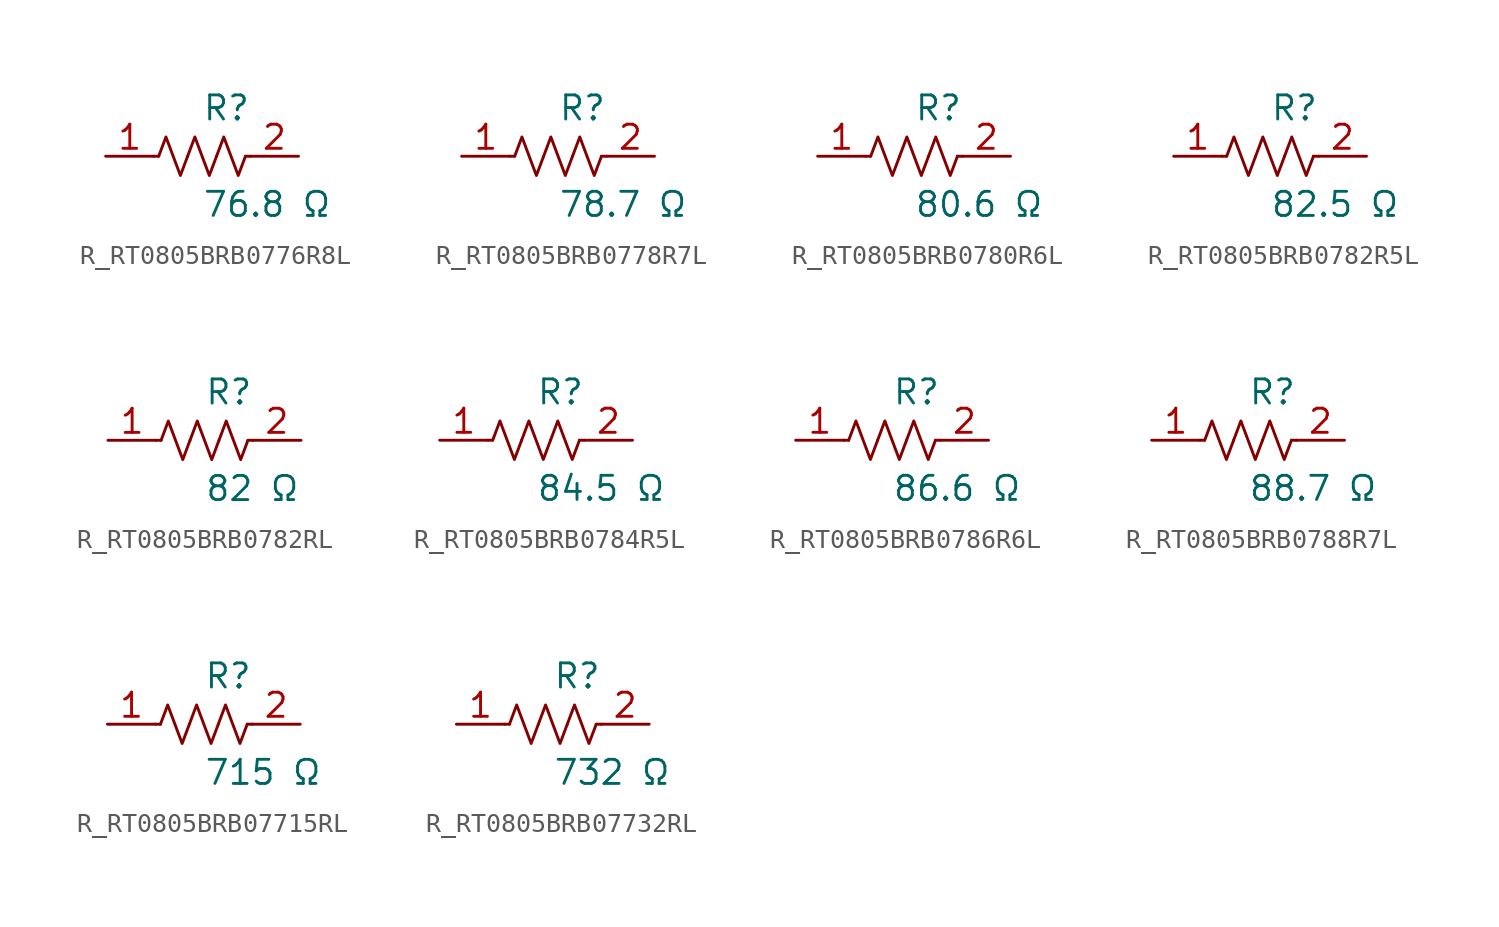
<source format=kicad_sym>
(kicad_symbol_lib
  (version 20231120)
  (generator kicad_symbol_editor)
  (generator_version 8.0)
  (symbol "R_RT0805BRB0776R8L"
    (pin_names
      (offset 0.254))
    (property "Reference" "R"
      (at 0.0 2.54 0)
      (effects (font (size 1.27 1.27)) (justify left)))
    (property "Value" "76.8 Ω"
      (at 0.0 -2.54 0)
      (effects (font (size 1.27 1.27)) (justify left)))
    (symbol "R_RT0805BRB0776R8L_0_1"
      (polyline (pts (xy 2.286 0) (xy 2.54 0)) (stroke (width 0) (type default)) (fill (type none)))
      (polyline (pts (xy -2.286 0) (xy -2.54 0)) (stroke (width 0) (type default)) (fill (type none)))
      (polyline (pts (xy 0.762 0) (xy 1.143 1.016) (xy 1.524 0) (xy 1.905 -1.016) (xy 2.286 0)) (stroke (width 0) (type default)) (fill (type none)))
      (polyline (pts (xy -0.762 0) (xy -0.381 1.016) (xy 0 0) (xy 0.381 -1.016) (xy 0.762 0)) (stroke (width 0) (type default)) (fill (type none)))
      (polyline (pts (xy -2.286 0) (xy -1.905 1.016) (xy -1.524 0) (xy -1.143 -1.016) (xy -0.762 0)) (stroke (width 0) (type default)) (fill (type none))))
    (pin unspecified line
      (at -5.08 0 0)
      (length 2.54)
      (name "" (effects (font (size 1.27 1.27))))
      (number "1" (effects (font (size 1.27 1.27)))))
    (pin unspecified line
      (at 5.08 0 180)
      (length 2.54)
      (name "" (effects (font (size 1.27 1.27))))
      (number "2" (effects (font (size 1.27 1.27))))))
  (symbol "R_RT0805BRB0778R7L"
    (pin_names
      (offset 0.254))
    (property "Reference" "R"
      (at 0.0 2.54 0)
      (effects (font (size 1.27 1.27)) (justify left)))
    (property "Value" "78.7 Ω"
      (at 0.0 -2.54 0)
      (effects (font (size 1.27 1.27)) (justify left)))
    (symbol "R_RT0805BRB0778R7L_0_1"
      (polyline (pts (xy 2.286 0) (xy 2.54 0)) (stroke (width 0) (type default)) (fill (type none)))
      (polyline (pts (xy -2.286 0) (xy -2.54 0)) (stroke (width 0) (type default)) (fill (type none)))
      (polyline (pts (xy 0.762 0) (xy 1.143 1.016) (xy 1.524 0) (xy 1.905 -1.016) (xy 2.286 0)) (stroke (width 0) (type default)) (fill (type none)))
      (polyline (pts (xy -0.762 0) (xy -0.381 1.016) (xy 0 0) (xy 0.381 -1.016) (xy 0.762 0)) (stroke (width 0) (type default)) (fill (type none)))
      (polyline (pts (xy -2.286 0) (xy -1.905 1.016) (xy -1.524 0) (xy -1.143 -1.016) (xy -0.762 0)) (stroke (width 0) (type default)) (fill (type none))))
    (pin unspecified line
      (at -5.08 0 0)
      (length 2.54)
      (name "" (effects (font (size 1.27 1.27))))
      (number "1" (effects (font (size 1.27 1.27)))))
    (pin unspecified line
      (at 5.08 0 180)
      (length 2.54)
      (name "" (effects (font (size 1.27 1.27))))
      (number "2" (effects (font (size 1.27 1.27))))))
  (symbol "R_RT0805BRB0780R6L"
    (pin_names
      (offset 0.254))
    (property "Reference" "R"
      (at 0.0 2.54 0)
      (effects (font (size 1.27 1.27)) (justify left)))
    (property "Value" "80.6 Ω"
      (at 0.0 -2.54 0)
      (effects (font (size 1.27 1.27)) (justify left)))
    (symbol "R_RT0805BRB0780R6L_0_1"
      (polyline (pts (xy 2.286 0) (xy 2.54 0)) (stroke (width 0) (type default)) (fill (type none)))
      (polyline (pts (xy -2.286 0) (xy -2.54 0)) (stroke (width 0) (type default)) (fill (type none)))
      (polyline (pts (xy 0.762 0) (xy 1.143 1.016) (xy 1.524 0) (xy 1.905 -1.016) (xy 2.286 0)) (stroke (width 0) (type default)) (fill (type none)))
      (polyline (pts (xy -0.762 0) (xy -0.381 1.016) (xy 0 0) (xy 0.381 -1.016) (xy 0.762 0)) (stroke (width 0) (type default)) (fill (type none)))
      (polyline (pts (xy -2.286 0) (xy -1.905 1.016) (xy -1.524 0) (xy -1.143 -1.016) (xy -0.762 0)) (stroke (width 0) (type default)) (fill (type none))))
    (pin unspecified line
      (at -5.08 0 0)
      (length 2.54)
      (name "" (effects (font (size 1.27 1.27))))
      (number "1" (effects (font (size 1.27 1.27)))))
    (pin unspecified line
      (at 5.08 0 180)
      (length 2.54)
      (name "" (effects (font (size 1.27 1.27))))
      (number "2" (effects (font (size 1.27 1.27))))))
  (symbol "R_RT0805BRB0782R5L"
    (pin_names
      (offset 0.254))
    (property "Reference" "R"
      (at 0.0 2.54 0)
      (effects (font (size 1.27 1.27)) (justify left)))
    (property "Value" "82.5 Ω"
      (at 0.0 -2.54 0)
      (effects (font (size 1.27 1.27)) (justify left)))
    (symbol "R_RT0805BRB0782R5L_0_1"
      (polyline (pts (xy 2.286 0) (xy 2.54 0)) (stroke (width 0) (type default)) (fill (type none)))
      (polyline (pts (xy -2.286 0) (xy -2.54 0)) (stroke (width 0) (type default)) (fill (type none)))
      (polyline (pts (xy 0.762 0) (xy 1.143 1.016) (xy 1.524 0) (xy 1.905 -1.016) (xy 2.286 0)) (stroke (width 0) (type default)) (fill (type none)))
      (polyline (pts (xy -0.762 0) (xy -0.381 1.016) (xy 0 0) (xy 0.381 -1.016) (xy 0.762 0)) (stroke (width 0) (type default)) (fill (type none)))
      (polyline (pts (xy -2.286 0) (xy -1.905 1.016) (xy -1.524 0) (xy -1.143 -1.016) (xy -0.762 0)) (stroke (width 0) (type default)) (fill (type none))))
    (pin unspecified line
      (at -5.08 0 0)
      (length 2.54)
      (name "" (effects (font (size 1.27 1.27))))
      (number "1" (effects (font (size 1.27 1.27)))))
    (pin unspecified line
      (at 5.08 0 180)
      (length 2.54)
      (name "" (effects (font (size 1.27 1.27))))
      (number "2" (effects (font (size 1.27 1.27))))))
  (symbol "R_RT0805BRB0782RL"
    (pin_names
      (offset 0.254))
    (property "Reference" "R"
      (at 0.0 2.54 0)
      (effects (font (size 1.27 1.27)) (justify left)))
    (property "Value" "82 Ω"
      (at 0.0 -2.54 0)
      (effects (font (size 1.27 1.27)) (justify left)))
    (symbol "R_RT0805BRB0782RL_0_1"
      (polyline (pts (xy 2.286 0) (xy 2.54 0)) (stroke (width 0) (type default)) (fill (type none)))
      (polyline (pts (xy -2.286 0) (xy -2.54 0)) (stroke (width 0) (type default)) (fill (type none)))
      (polyline (pts (xy 0.762 0) (xy 1.143 1.016) (xy 1.524 0) (xy 1.905 -1.016) (xy 2.286 0)) (stroke (width 0) (type default)) (fill (type none)))
      (polyline (pts (xy -0.762 0) (xy -0.381 1.016) (xy 0 0) (xy 0.381 -1.016) (xy 0.762 0)) (stroke (width 0) (type default)) (fill (type none)))
      (polyline (pts (xy -2.286 0) (xy -1.905 1.016) (xy -1.524 0) (xy -1.143 -1.016) (xy -0.762 0)) (stroke (width 0) (type default)) (fill (type none))))
    (pin unspecified line
      (at -5.08 0 0)
      (length 2.54)
      (name "" (effects (font (size 1.27 1.27))))
      (number "1" (effects (font (size 1.27 1.27)))))
    (pin unspecified line
      (at 5.08 0 180)
      (length 2.54)
      (name "" (effects (font (size 1.27 1.27))))
      (number "2" (effects (font (size 1.27 1.27))))))
  (symbol "R_RT0805BRB0784R5L"
    (pin_names
      (offset 0.254))
    (property "Reference" "R"
      (at 0.0 2.54 0)
      (effects (font (size 1.27 1.27)) (justify left)))
    (property "Value" "84.5 Ω"
      (at 0.0 -2.54 0)
      (effects (font (size 1.27 1.27)) (justify left)))
    (symbol "R_RT0805BRB0784R5L_0_1"
      (polyline (pts (xy 2.286 0) (xy 2.54 0)) (stroke (width 0) (type default)) (fill (type none)))
      (polyline (pts (xy -2.286 0) (xy -2.54 0)) (stroke (width 0) (type default)) (fill (type none)))
      (polyline (pts (xy 0.762 0) (xy 1.143 1.016) (xy 1.524 0) (xy 1.905 -1.016) (xy 2.286 0)) (stroke (width 0) (type default)) (fill (type none)))
      (polyline (pts (xy -0.762 0) (xy -0.381 1.016) (xy 0 0) (xy 0.381 -1.016) (xy 0.762 0)) (stroke (width 0) (type default)) (fill (type none)))
      (polyline (pts (xy -2.286 0) (xy -1.905 1.016) (xy -1.524 0) (xy -1.143 -1.016) (xy -0.762 0)) (stroke (width 0) (type default)) (fill (type none))))
    (pin unspecified line
      (at -5.08 0 0)
      (length 2.54)
      (name "" (effects (font (size 1.27 1.27))))
      (number "1" (effects (font (size 1.27 1.27)))))
    (pin unspecified line
      (at 5.08 0 180)
      (length 2.54)
      (name "" (effects (font (size 1.27 1.27))))
      (number "2" (effects (font (size 1.27 1.27))))))
  (symbol "R_RT0805BRB0786R6L"
    (pin_names
      (offset 0.254))
    (property "Reference" "R"
      (at 0.0 2.54 0)
      (effects (font (size 1.27 1.27)) (justify left)))
    (property "Value" "86.6 Ω"
      (at 0.0 -2.54 0)
      (effects (font (size 1.27 1.27)) (justify left)))
    (symbol "R_RT0805BRB0786R6L_0_1"
      (polyline (pts (xy 2.286 0) (xy 2.54 0)) (stroke (width 0) (type default)) (fill (type none)))
      (polyline (pts (xy -2.286 0) (xy -2.54 0)) (stroke (width 0) (type default)) (fill (type none)))
      (polyline (pts (xy 0.762 0) (xy 1.143 1.016) (xy 1.524 0) (xy 1.905 -1.016) (xy 2.286 0)) (stroke (width 0) (type default)) (fill (type none)))
      (polyline (pts (xy -0.762 0) (xy -0.381 1.016) (xy 0 0) (xy 0.381 -1.016) (xy 0.762 0)) (stroke (width 0) (type default)) (fill (type none)))
      (polyline (pts (xy -2.286 0) (xy -1.905 1.016) (xy -1.524 0) (xy -1.143 -1.016) (xy -0.762 0)) (stroke (width 0) (type default)) (fill (type none))))
    (pin unspecified line
      (at -5.08 0 0)
      (length 2.54)
      (name "" (effects (font (size 1.27 1.27))))
      (number "1" (effects (font (size 1.27 1.27)))))
    (pin unspecified line
      (at 5.08 0 180)
      (length 2.54)
      (name "" (effects (font (size 1.27 1.27))))
      (number "2" (effects (font (size 1.27 1.27))))))
  (symbol "R_RT0805BRB0788R7L"
    (pin_names
      (offset 0.254))
    (property "Reference" "R"
      (at 0.0 2.54 0)
      (effects (font (size 1.27 1.27)) (justify left)))
    (property "Value" "88.7 Ω"
      (at 0.0 -2.54 0)
      (effects (font (size 1.27 1.27)) (justify left)))
    (symbol "R_RT0805BRB0788R7L_0_1"
      (polyline (pts (xy 2.286 0) (xy 2.54 0)) (stroke (width 0) (type default)) (fill (type none)))
      (polyline (pts (xy -2.286 0) (xy -2.54 0)) (stroke (width 0) (type default)) (fill (type none)))
      (polyline (pts (xy 0.762 0) (xy 1.143 1.016) (xy 1.524 0) (xy 1.905 -1.016) (xy 2.286 0)) (stroke (width 0) (type default)) (fill (type none)))
      (polyline (pts (xy -0.762 0) (xy -0.381 1.016) (xy 0 0) (xy 0.381 -1.016) (xy 0.762 0)) (stroke (width 0) (type default)) (fill (type none)))
      (polyline (pts (xy -2.286 0) (xy -1.905 1.016) (xy -1.524 0) (xy -1.143 -1.016) (xy -0.762 0)) (stroke (width 0) (type default)) (fill (type none))))
    (pin unspecified line
      (at -5.08 0 0)
      (length 2.54)
      (name "" (effects (font (size 1.27 1.27))))
      (number "1" (effects (font (size 1.27 1.27)))))
    (pin unspecified line
      (at 5.08 0 180)
      (length 2.54)
      (name "" (effects (font (size 1.27 1.27))))
      (number "2" (effects (font (size 1.27 1.27))))))
  (symbol "R_RT0805BRB07715RL"
    (pin_names
      (offset 0.254))
    (property "Reference" "R"
      (at 0.0 2.54 0)
      (effects (font (size 1.27 1.27)) (justify left)))
    (property "Value" "715 Ω"
      (at 0.0 -2.54 0)
      (effects (font (size 1.27 1.27)) (justify left)))
    (symbol "R_RT0805BRB07715RL_0_1"
      (polyline (pts (xy 2.286 0) (xy 2.54 0)) (stroke (width 0) (type default)) (fill (type none)))
      (polyline (pts (xy -2.286 0) (xy -2.54 0)) (stroke (width 0) (type default)) (fill (type none)))
      (polyline (pts (xy 0.762 0) (xy 1.143 1.016) (xy 1.524 0) (xy 1.905 -1.016) (xy 2.286 0)) (stroke (width 0) (type default)) (fill (type none)))
      (polyline (pts (xy -0.762 0) (xy -0.381 1.016) (xy 0 0) (xy 0.381 -1.016) (xy 0.762 0)) (stroke (width 0) (type default)) (fill (type none)))
      (polyline (pts (xy -2.286 0) (xy -1.905 1.016) (xy -1.524 0) (xy -1.143 -1.016) (xy -0.762 0)) (stroke (width 0) (type default)) (fill (type none))))
    (pin unspecified line
      (at -5.08 0 0)
      (length 2.54)
      (name "" (effects (font (size 1.27 1.27))))
      (number "1" (effects (font (size 1.27 1.27)))))
    (pin unspecified line
      (at 5.08 0 180)
      (length 2.54)
      (name "" (effects (font (size 1.27 1.27))))
      (number "2" (effects (font (size 1.27 1.27))))))
  (symbol "R_RT0805BRB07732RL"
    (pin_names
      (offset 0.254))
    (property "Reference" "R"
      (at 0.0 2.54 0)
      (effects (font (size 1.27 1.27)) (justify left)))
    (property "Value" "732 Ω"
      (at 0.0 -2.54 0)
      (effects (font (size 1.27 1.27)) (justify left)))
    (symbol "R_RT0805BRB07732RL_0_1"
      (polyline (pts (xy 2.286 0) (xy 2.54 0)) (stroke (width 0) (type default)) (fill (type none)))
      (polyline (pts (xy -2.286 0) (xy -2.54 0)) (stroke (width 0) (type default)) (fill (type none)))
      (polyline (pts (xy 0.762 0) (xy 1.143 1.016) (xy 1.524 0) (xy 1.905 -1.016) (xy 2.286 0)) (stroke (width 0) (type default)) (fill (type none)))
      (polyline (pts (xy -0.762 0) (xy -0.381 1.016) (xy 0 0) (xy 0.381 -1.016) (xy 0.762 0)) (stroke (width 0) (type default)) (fill (type none)))
      (polyline (pts (xy -2.286 0) (xy -1.905 1.016) (xy -1.524 0) (xy -1.143 -1.016) (xy -0.762 0)) (stroke (width 0) (type default)) (fill (type none))))
    (pin unspecified line
      (at -5.08 0 0)
      (length 2.54)
      (name "" (effects (font (size 1.27 1.27))))
      (number "1" (effects (font (size 1.27 1.27)))))
    (pin unspecified line
      (at 5.08 0 180)
      (length 2.54)
      (name "" (effects (font (size 1.27 1.27))))
      (number "2" (effects (font (size 1.27 1.27)))))))
</source>
